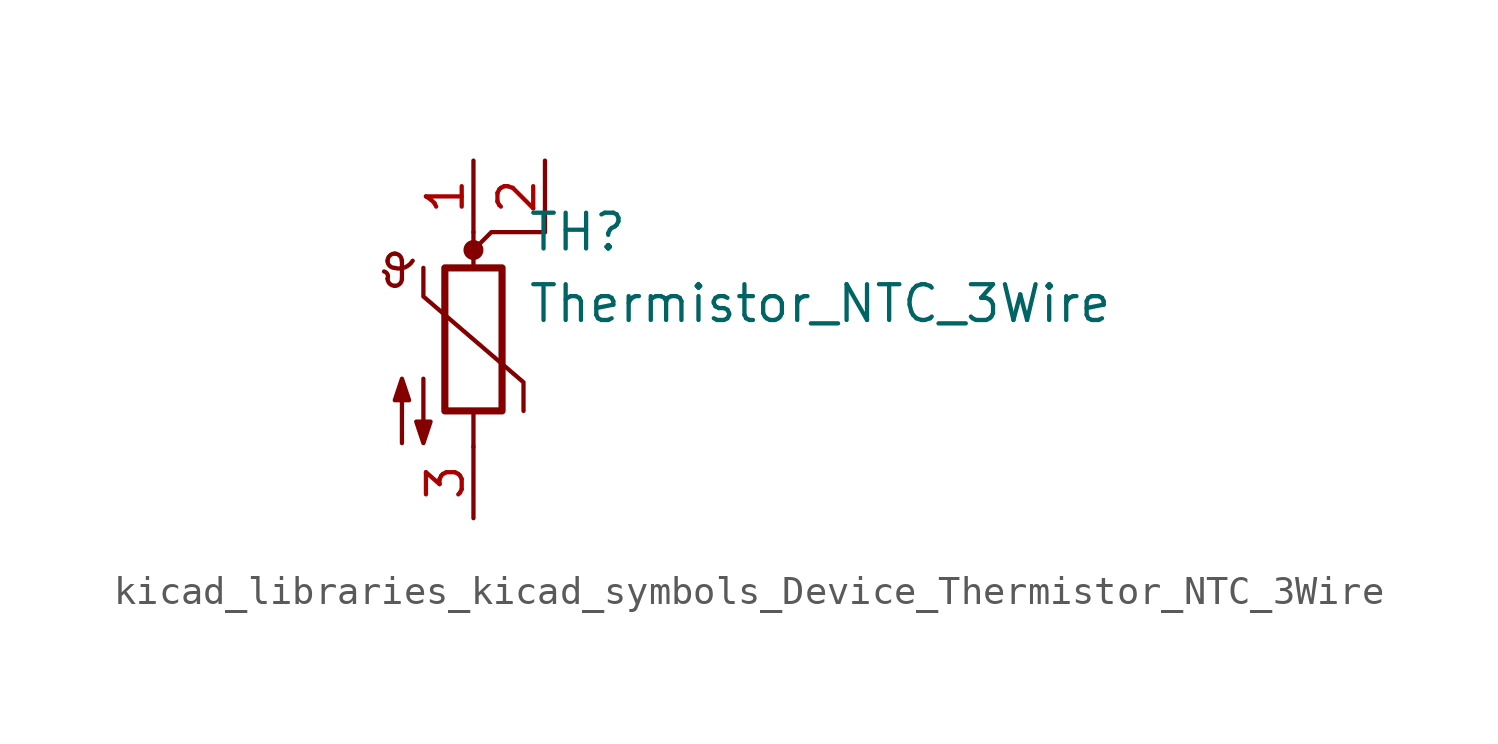
<source format=kicad_sym>
(kicad_symbol_lib
  (version 20220914)
  (generator kicad_symbol_editor)
  (symbol "kicad_libraries_kicad_symbols_Device_Thermistor_NTC_3Wire"
    (pin_names
      (offset 0))
    (property "Reference" "TH"
      (at 1.905 3.81 0)
      (effects (font (size 1.27 1.27)) (justify left)))
    (property "Value" "Thermistor_NTC_3Wire"
      (at 1.905 1.27 0)
      (effects (font (size 1.27 1.27)) (justify left)))
    (symbol "kicad_libraries_kicad_symbols_Device_Thermistor_NTC_3Wire_0_1"
      (arc (start -3.048 2.159) (mid -3.0495 2.3143) (end -3.175 2.413) (stroke (width 0) (type default)) (fill (type none)))
      (arc (start -3.048 2.159) (mid -2.9736 1.9794) (end -2.794 1.905) (stroke (width 0) (type default)) (fill (type none)))
      (arc (start -3.048 2.794) (mid -2.9736 2.6144) (end -2.794 2.54) (stroke (width 0) (type default)) (fill (type none)))
      (arc (start -2.794 1.905) (mid -2.6144 1.9794) (end -2.54 2.159) (stroke (width 0) (type default)) (fill (type none)))
      (arc (start -2.794 2.54) (mid -2.4393 2.5587) (end -2.159 2.794) (stroke (width 0) (type default)) (fill (type none)))
      (arc (start -2.794 3.048) (mid -2.9736 2.9736) (end -3.048 2.794) (stroke (width 0) (type default)) (fill (type none)))
      (arc (start -2.54 2.794) (mid -2.6144 2.9736) (end -2.794 3.048) (stroke (width 0) (type default)) (fill (type none)))
      (rectangle (start -1.016 2.54) (end 1.016 -2.54) (stroke (width 0.254) (type default)) (fill (type none)))
      (polyline (pts (xy -2.54 2.159) (xy -2.54 2.794)) (stroke (width 0) (type default)) (fill (type none)))
      (polyline (pts (xy 0 -3.81) (xy 0 -2.54)) (stroke (width 0) (type default)) (fill (type none)))
      (polyline (pts (xy 0 3.81) (xy 0 2.54)) (stroke (width 0) (type default)) (fill (type none)))
      (polyline (pts (xy 2.54 3.81) (xy 0.635 3.81) (xy 0 3.175)) (stroke (width 0) (type default)) (fill (type none)))
      (polyline (pts (xy -1.778 2.54) (xy -1.778 1.524) (xy 1.778 -1.524) (xy 1.778 -2.54)) (stroke (width 0) (type default)) (fill (type none)))
      (polyline (pts (xy -2.54 -3.683) (xy -2.54 -1.397) (xy -2.794 -2.159) (xy -2.286 -2.159) (xy -2.54 -1.397) (xy -2.54 -1.651)) (stroke (width 0) (type default)) (fill (type outline)))
      (polyline (pts (xy -1.778 -1.397) (xy -1.778 -3.683) (xy -2.032 -2.921) (xy -1.524 -2.921) (xy -1.778 -3.683) (xy -1.778 -3.429)) (stroke (width 0) (type default)) (fill (type outline)))
      (circle (center 0 3.175) (radius 0.279) (stroke (width 0) (type default)) (fill (type outline))))
    (symbol "kicad_libraries_kicad_symbols_Device_Thermistor_NTC_3Wire_1_1"
      (pin passive line (at 0 6.35 270) (length 2.54) (name "~" (effects (font (size 1.27 1.27)))) (number "1" (effects (font (size 1.27 1.27)))))
      (pin passive line (at 2.54 6.35 270) (length 2.54) (name "~" (effects (font (size 1.27 1.27)))) (number "2" (effects (font (size 1.27 1.27)))))
      (pin passive line (at 0 -6.35 90) (length 2.54) (name "~" (effects (font (size 1.27 1.27)))) (number "3" (effects (font (size 1.27 1.27))))))))
</source>
